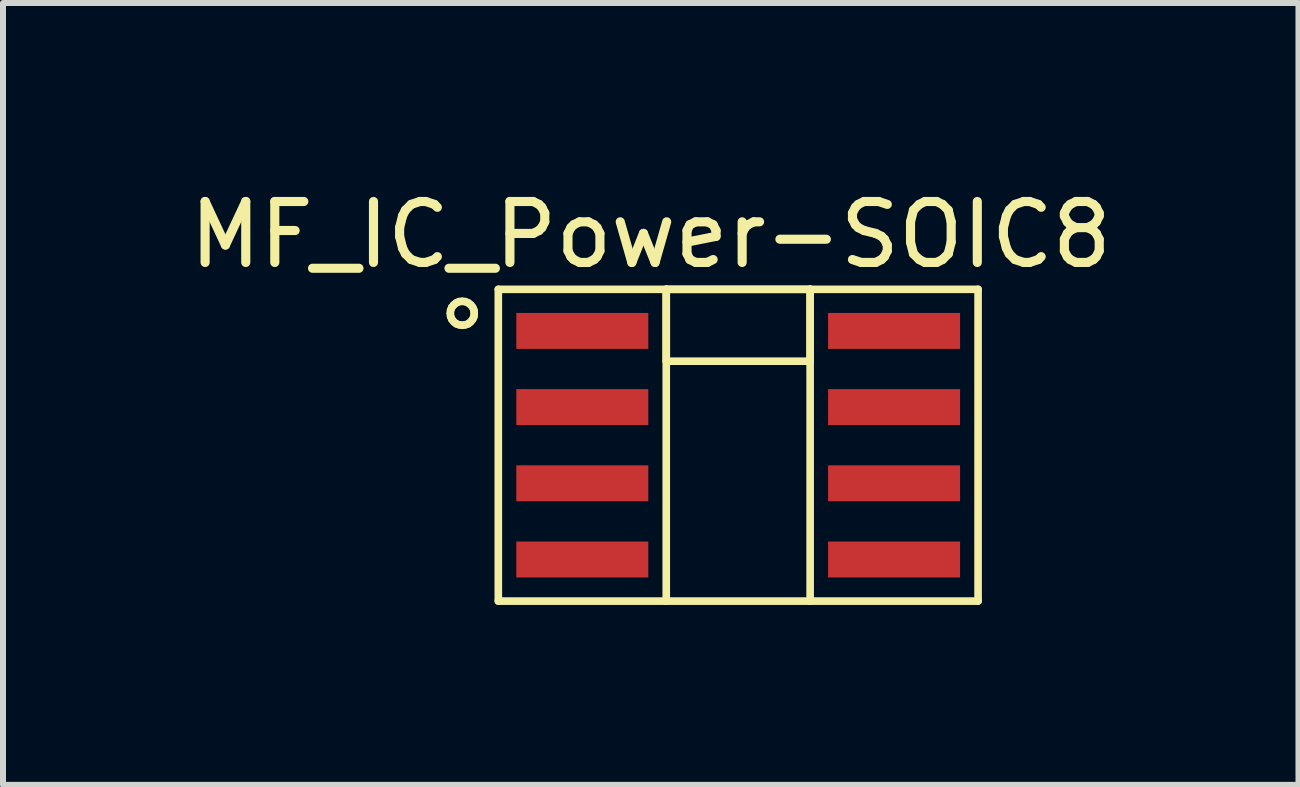
<source format=kicad_pcb>
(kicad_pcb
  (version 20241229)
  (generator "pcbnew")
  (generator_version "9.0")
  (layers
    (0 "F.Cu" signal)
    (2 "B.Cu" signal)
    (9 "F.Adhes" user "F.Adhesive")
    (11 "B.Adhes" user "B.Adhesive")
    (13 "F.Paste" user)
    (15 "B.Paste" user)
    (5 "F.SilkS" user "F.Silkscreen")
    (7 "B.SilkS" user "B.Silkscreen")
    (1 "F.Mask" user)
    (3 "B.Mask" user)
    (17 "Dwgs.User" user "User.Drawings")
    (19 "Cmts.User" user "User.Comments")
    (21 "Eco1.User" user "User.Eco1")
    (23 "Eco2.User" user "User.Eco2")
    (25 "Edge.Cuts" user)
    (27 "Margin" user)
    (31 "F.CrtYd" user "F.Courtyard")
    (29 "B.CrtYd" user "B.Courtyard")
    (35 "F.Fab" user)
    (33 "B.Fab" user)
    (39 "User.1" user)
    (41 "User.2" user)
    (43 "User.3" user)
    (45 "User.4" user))
  (footprint "MF_IC_Power-SOIC8"
    (layer "F.Cu")
    (at 9.253 4.37)
    (property "Reference" "MF_IC_Power-SOIC8" (at -1.458 -3.508 0) (layer "F.SilkS") (effects (font (size 1.016 1.016) (thickness 0.152))))
    (attr smd)
    (fp_line (start -4.798 -2.2) (end -4.793 -2.25) (stroke (width 0.127) (type solid)) (layer "F.SilkS"))
    (fp_line (start -4.793 -2.25) (end -4.773 -2.299) (stroke (width 0.127) (type solid)) (layer "F.SilkS"))
    (fp_line (start -4.793 -2.146) (end -4.798 -2.2) (stroke (width 0.127) (type solid)) (layer "F.SilkS"))
    (fp_line (start -4.773 -2.299) (end -4.74 -2.339) (stroke (width 0.127) (type solid)) (layer "F.SilkS"))
    (fp_line (start -4.773 -2.098) (end -4.793 -2.146) (stroke (width 0.127) (type solid)) (layer "F.SilkS"))
    (fp_line (start -4.74 -2.339) (end -4.699 -2.372) (stroke (width 0.127) (type solid)) (layer "F.SilkS"))
    (fp_line (start -4.74 -2.057) (end -4.773 -2.098) (stroke (width 0.127) (type solid)) (layer "F.SilkS"))
    (fp_line (start -4.699 -2.372) (end -4.651 -2.393) (stroke (width 0.127) (type solid)) (layer "F.SilkS"))
    (fp_line (start -4.699 -2.024) (end -4.74 -2.057) (stroke (width 0.127) (type solid)) (layer "F.SilkS"))
    (fp_line (start -4.651 -2.393) (end -4.6 -2.398) (stroke (width 0.127) (type solid)) (layer "F.SilkS"))
    (fp_line (start -4.651 -2.007) (end -4.699 -2.024) (stroke (width 0.127) (type solid)) (layer "F.SilkS"))
    (fp_line (start -4.6 -2.398) (end -4.547 -2.393) (stroke (width 0.127) (type solid)) (layer "F.SilkS"))
    (fp_line (start -4.6 -1.999) (end -4.651 -2.007) (stroke (width 0.127) (type solid)) (layer "F.SilkS"))
    (fp_line (start -4.547 -2.393) (end -4.498 -2.372) (stroke (width 0.127) (type solid)) (layer "F.SilkS"))
    (fp_line (start -4.547 -2.007) (end -4.6 -1.999) (stroke (width 0.127) (type solid)) (layer "F.SilkS"))
    (fp_line (start -4.498 -2.372) (end -4.458 -2.339) (stroke (width 0.127) (type solid)) (layer "F.SilkS"))
    (fp_line (start -4.498 -2.024) (end -4.547 -2.007) (stroke (width 0.127) (type solid)) (layer "F.SilkS"))
    (fp_line (start -4.458 -2.339) (end -4.425 -2.299) (stroke (width 0.127) (type solid)) (layer "F.SilkS"))
    (fp_line (start -4.458 -2.057) (end -4.498 -2.024) (stroke (width 0.127) (type solid)) (layer "F.SilkS"))
    (fp_line (start -4.425 -2.299) (end -4.404 -2.25) (stroke (width 0.127) (type solid)) (layer "F.SilkS"))
    (fp_line (start -4.425 -2.098) (end -4.458 -2.057) (stroke (width 0.127) (type solid)) (layer "F.SilkS"))
    (fp_line (start -4.404 -2.25) (end -4.399 -2.2) (stroke (width 0.127) (type solid)) (layer "F.SilkS"))
    (fp_line (start -4.404 -2.146) (end -4.425 -2.098) (stroke (width 0.127) (type solid)) (layer "F.SilkS"))
    (fp_line (start -4.399 -2.2) (end -4.404 -2.146) (stroke (width 0.127) (type solid)) (layer "F.SilkS"))
    (fp_line (start -3.998 -2.598) (end -1.199 -2.598) (stroke (width 0.127) (type solid)) (layer "F.SilkS"))
    (fp_line (start -3.998 2.598) (end -3.998 -2.598) (stroke (width 0.127) (type solid)) (layer "F.SilkS"))
    (fp_line (start -1.199 -2.598) (end -1.199 -1.4) (stroke (width 0.127) (type solid)) (layer "F.SilkS"))
    (fp_line (start -1.199 -2.598) (end -1.199 2.598) (stroke (width 0.127) (type solid)) (layer "F.SilkS"))
    (fp_line (start -1.199 -2.598) (end 1.199 -2.598) (stroke (width 0.127) (type solid)) (layer "F.SilkS"))
    (fp_line (start -1.199 -1.4) (end 1.199 -1.4) (stroke (width 0.127) (type solid)) (layer "F.SilkS"))
    (fp_line (start -1.199 2.598) (end -3.998 2.598) (stroke (width 0.127) (type solid)) (layer "F.SilkS"))
    (fp_line (start 1.199 -2.598) (end -1.199 -2.598) (stroke (width 0.127) (type solid)) (layer "F.SilkS"))
    (fp_line (start 1.199 -2.598) (end 1.199 2.598) (stroke (width 0.127) (type solid)) (layer "F.SilkS"))
    (fp_line (start 1.199 -2.598) (end 3.998 -2.598) (stroke (width 0.127) (type solid)) (layer "F.SilkS"))
    (fp_line (start 1.199 -1.4) (end 1.199 -2.598) (stroke (width 0.127) (type solid)) (layer "F.SilkS"))
    (fp_line (start 1.199 2.598) (end -1.199 2.598) (stroke (width 0.127) (type solid)) (layer "F.SilkS"))
    (fp_line (start 3.998 -2.598) (end 3.998 2.598) (stroke (width 0.127) (type solid)) (layer "F.SilkS"))
    (fp_line (start 3.998 2.598) (end 1.199 2.598) (stroke (width 0.127) (type solid)) (layer "F.SilkS"))
    (pad "1" smd rect (at -2.598 -1.905) (size 2.2 0.599) (layers "F.Cu" "F.Mask" "F.Paste"))
    (pad "2" smd rect (at -2.598 -0.635) (size 2.2 0.599) (layers "F.Cu" "F.Mask" "F.Paste"))
    (pad "3" smd rect (at -2.598 0.635) (size 2.2 0.599) (layers "F.Cu" "F.Mask" "F.Paste"))
    (pad "4" smd rect (at -2.598 1.905) (size 2.2 0.599) (layers "F.Cu" "F.Mask" "F.Paste"))
    (pad "5" smd rect (at 2.598 1.905 180) (size 2.2 0.599) (layers "F.Cu" "F.Mask" "F.Paste"))
    (pad "6" smd rect (at 2.598 0.635 180) (size 2.2 0.599) (layers "F.Cu" "F.Mask" "F.Paste"))
    (pad "7" smd rect (at 2.598 -0.635 180) (size 2.2 0.599) (layers "F.Cu" "F.Mask" "F.Paste"))
    (pad "8" smd rect (at 2.598 -1.905 180) (size 2.2 0.599) (layers "F.Cu" "F.Mask" "F.Paste")))
  (gr_rect
    (start -3 -3)
    (end 18.591 10.031)
    (stroke (width 0.1) (type default))
    (fill no)
    (layer "Edge.Cuts")))
</source>
